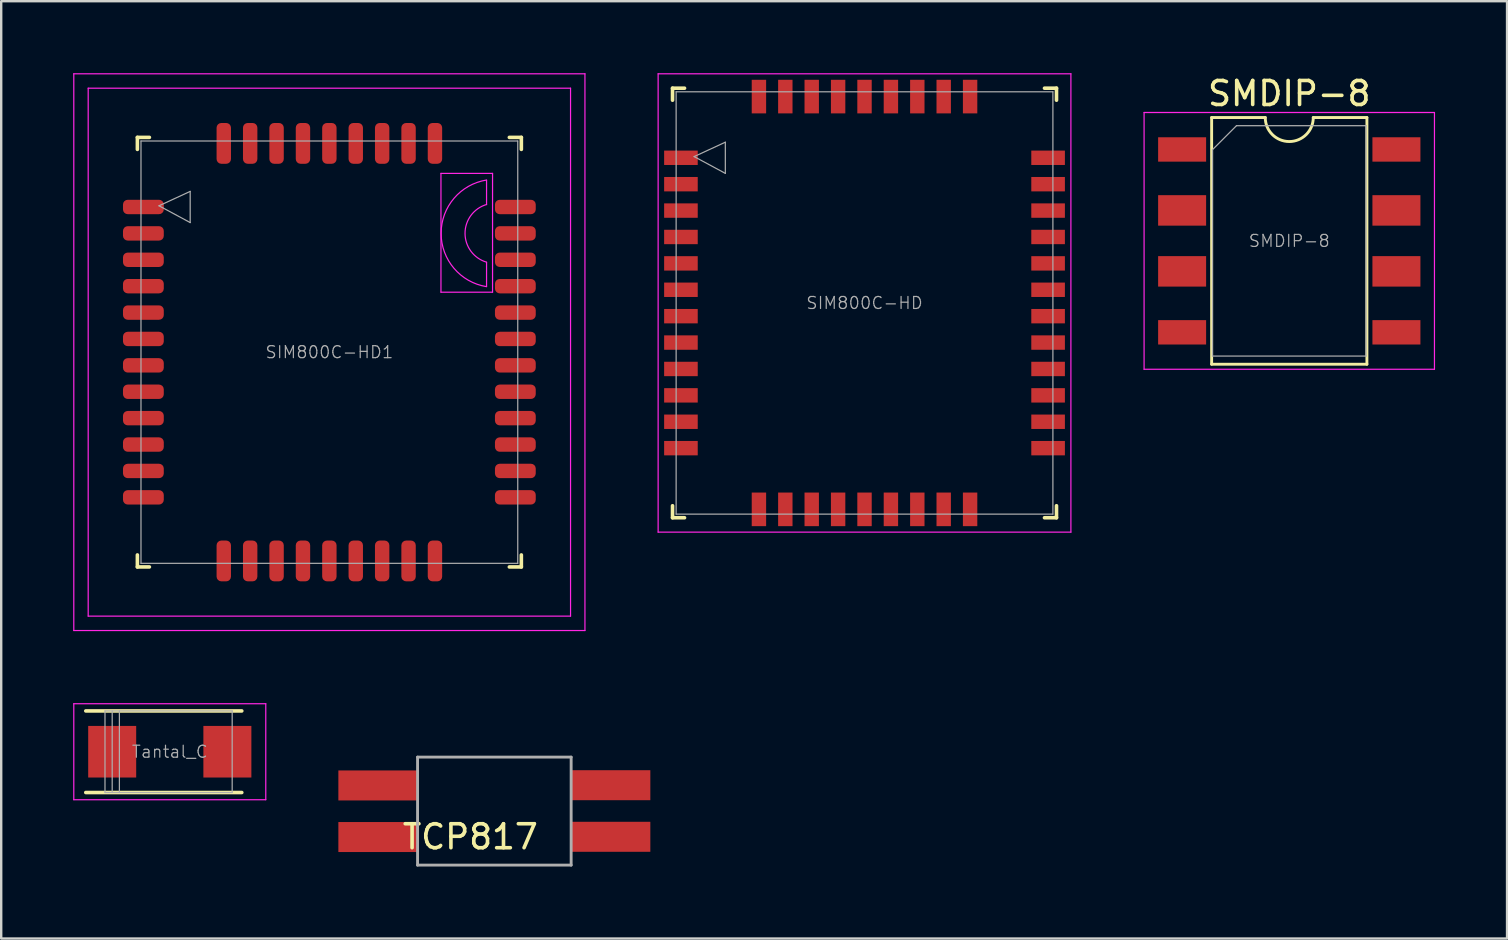
<source format=kicad_pcb>
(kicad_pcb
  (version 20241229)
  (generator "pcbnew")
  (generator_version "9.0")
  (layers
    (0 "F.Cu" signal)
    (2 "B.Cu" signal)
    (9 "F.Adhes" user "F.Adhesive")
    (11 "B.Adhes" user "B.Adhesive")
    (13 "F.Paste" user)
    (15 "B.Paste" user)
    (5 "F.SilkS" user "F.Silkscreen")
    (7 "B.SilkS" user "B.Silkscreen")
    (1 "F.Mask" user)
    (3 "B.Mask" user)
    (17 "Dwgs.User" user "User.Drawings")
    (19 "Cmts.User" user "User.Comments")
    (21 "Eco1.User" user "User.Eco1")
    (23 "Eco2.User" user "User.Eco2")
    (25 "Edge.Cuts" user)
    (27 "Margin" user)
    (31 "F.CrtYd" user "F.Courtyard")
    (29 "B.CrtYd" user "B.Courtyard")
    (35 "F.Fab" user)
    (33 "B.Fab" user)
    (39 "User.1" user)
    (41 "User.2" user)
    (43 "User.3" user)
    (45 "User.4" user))
  (footprint "Tantal_C"
    (layer "F.Cu")
    (at 4.025 28.275)
    (property "Reference" "Tantal_C" (at 0 0 0) (layer "F.Fab") (effects (font (size 0.5 0.5) (thickness 0.05))))
    (attr smd)
    (fp_line (start 3 -1.7) (end -3.5 -1.7) (stroke (width 0.15) (type solid)) (layer "F.SilkS"))
    (fp_line (start 3 1.7) (end -3.5 1.7) (stroke (width 0.15) (type solid)) (layer "F.SilkS"))
    (fp_line (start -4 -2) (end -4 2) (stroke (width 0.05) (type solid)) (layer "F.CrtYd"))
    (fp_line (start -4 2) (end 4 2) (stroke (width 0.05) (type solid)) (layer "F.CrtYd"))
    (fp_line (start 4 -2) (end -4 -2) (stroke (width 0.05) (type solid)) (layer "F.CrtYd"))
    (fp_line (start 4 2) (end 4 -2) (stroke (width 0.05) (type solid)) (layer "F.CrtYd"))
    (fp_line (start -2.7 -1.7) (end -2.7 1.7) (stroke (width 0.05) (type solid)) (layer "F.Fab"))
    (fp_line (start -2.7 1.7) (end 2.6 1.7) (stroke (width 0.05) (type solid)) (layer "F.Fab"))
    (fp_line (start -2.4 -1.7) (end -2.4 1.7) (stroke (width 0.05) (type solid)) (layer "F.Fab"))
    (fp_line (start -2.1 1.7) (end -2.1 -1.7) (stroke (width 0.05) (type solid)) (layer "F.Fab"))
    (fp_line (start 2.6 -1.7) (end -2.7 -1.7) (stroke (width 0.05) (type solid)) (layer "F.Fab"))
    (fp_line (start 2.6 1.7) (end 2.6 -1.7) (stroke (width 0.05) (type solid)) (layer "F.Fab"))
    (pad "1" smd rect (at -2.4 0) (size 2 2.15) (layers "F.Cu" "F.Mask" "F.Paste"))
    (pad "2" smd rect (at 2.4 0) (size 2 2.15) (layers "F.Cu" "F.Mask" "F.Paste")))
  (footprint "SIM800C-HD1"
    (layer "F.Cu")
    (at 10.675 11.625)
    (property "Reference" "SIM800C-HD1" (at 0 0 0) (layer "F.Fab") (effects (font (size 0.5 0.5) (thickness 0.05))))
    (attr smd)
    (fp_line (start -8 -8.95) (end -8 -8.45) (stroke (width 0.15) (type solid)) (layer "F.SilkS"))
    (fp_line (start -8 -8.95) (end -7.5 -8.95) (stroke (width 0.15) (type solid)) (layer "F.SilkS"))
    (fp_line (start -8 8.95) (end -8 8.45) (stroke (width 0.15) (type solid)) (layer "F.SilkS"))
    (fp_line (start -8 8.95) (end -7.5 8.95) (stroke (width 0.15) (type solid)) (layer "F.SilkS"))
    (fp_line (start 8 -8.95) (end 7.5 -8.95) (stroke (width 0.15) (type solid)) (layer "F.SilkS"))
    (fp_line (start 8 -8.95) (end 8 -8.45) (stroke (width 0.15) (type solid)) (layer "F.SilkS"))
    (fp_line (start 8 8.95) (end 7.5 8.95) (stroke (width 0.15) (type solid)) (layer "F.SilkS"))
    (fp_line (start 8 8.95) (end 8 8.45) (stroke (width 0.15) (type solid)) (layer "F.SilkS"))
    (fp_line (start -10.65 -11.6) (end -10.65 11.6) (stroke (width 0.05) (type solid)) (layer "F.CrtYd"))
    (fp_line (start -10.65 -11.6) (end 10.65 -11.6) (stroke (width 0.05) (type solid)) (layer "F.CrtYd"))
    (fp_line (start -10.65 11.6) (end 10.65 11.6) (stroke (width 0.05) (type solid)) (layer "F.CrtYd"))
    (fp_line (start -10.05 -11) (end -10.05 11) (stroke (width 0.05) (type solid)) (layer "F.CrtYd"))
    (fp_line (start -10.05 -11) (end 10.05 -11) (stroke (width 0.05) (type solid)) (layer "F.CrtYd"))
    (fp_line (start -10.05 11) (end 10.05 11) (stroke (width 0.05) (type solid)) (layer "F.CrtYd"))
    (fp_line (start 4.65 -2.5) (end 4.65 -7.45) (stroke (width 0.05) (type solid)) (layer "F.CrtYd"))
    (fp_line (start 6.55 -6.15) (end 6.55 -7.16) (stroke (width 0.05) (type solid)) (layer "F.CrtYd"))
    (fp_line (start 6.55 -2.735) (end 6.55 -3.745) (stroke (width 0.05) (type solid)) (layer "F.CrtYd"))
    (fp_line (start 6.8 -7.45) (end 4.65 -7.45) (stroke (width 0.05) (type solid)) (layer "F.CrtYd"))
    (fp_line (start 6.8 -2.5) (end 4.65 -2.5) (stroke (width 0.05) (type solid)) (layer "F.CrtYd"))
    (fp_line (start 6.8 -2.5) (end 6.8 -7.45) (stroke (width 0.05) (type solid)) (layer "F.CrtYd"))
    (fp_line (start 10.05 -11) (end 10.05 11) (stroke (width 0.05) (type solid)) (layer "F.CrtYd"))
    (fp_line (start 10.65 -11.6) (end 10.65 11.6) (stroke (width 0.05) (type solid)) (layer "F.CrtYd"))
    (fp_arc (start 6.55 -3.75) (mid 5.653285 -4.951685) (end 6.549755 -6.153553) (stroke (width 0.05) (type solid)) (layer "F.CrtYd"))
    (fp_arc (start 6.55 -2.73) (mid 4.65669 -4.952923) (end 6.552192 -7.173977) (stroke (width 0.05) (type solid)) (layer "F.CrtYd"))
    (fp_line (start -7.85 -8.8) (end 7.85 -8.8) (stroke (width 0.05) (type solid)) (layer "F.Fab"))
    (fp_line (start -7.85 8.8) (end -7.85 -8.8) (stroke (width 0.05) (type solid)) (layer "F.Fab"))
    (fp_line (start -7.85 8.8) (end 7.85 8.8) (stroke (width 0.05) (type solid)) (layer "F.Fab"))
    (fp_line (start -7.1 -6.1) (end -5.8 -6.7) (stroke (width 0.05) (type solid)) (layer "F.Fab"))
    (fp_line (start -5.8 -6.7) (end -5.8 -5.4) (stroke (width 0.05) (type solid)) (layer "F.Fab"))
    (fp_line (start -5.8 -5.4) (end -7.1 -6.1) (stroke (width 0.05) (type solid)) (layer "F.Fab"))
    (fp_line (start 7.85 -8.8) (end 7.85 8.8) (stroke (width 0.05) (type solid)) (layer "F.Fab"))
    (pad "1" smd roundrect (at -7.75 -6.05) (size 1.7 0.6) (layers "F.Cu" "F.Mask" "F.Paste") (roundrect_rratio 0.33))
    (pad "2" smd roundrect (at -7.75 -4.95) (size 1.7 0.6) (layers "F.Cu" "F.Mask" "F.Paste") (roundrect_rratio 0.33))
    (pad "3" smd roundrect (at -7.75 -3.85) (size 1.7 0.6) (layers "F.Cu" "F.Mask" "F.Paste") (roundrect_rratio 0.33))
    (pad "4" smd roundrect (at -7.75 -2.75) (size 1.7 0.6) (layers "F.Cu" "F.Mask" "F.Paste") (roundrect_rratio 0.33))
    (pad "5" smd roundrect (at -7.75 -1.65) (size 1.7 0.6) (layers "F.Cu" "F.Mask" "F.Paste") (roundrect_rratio 0.33))
    (pad "6" smd roundrect (at -7.75 -0.55) (size 1.7 0.6) (layers "F.Cu" "F.Mask" "F.Paste") (roundrect_rratio 0.33))
    (pad "7" smd roundrect (at -7.75 0.55) (size 1.7 0.6) (layers "F.Cu" "F.Mask" "F.Paste") (roundrect_rratio 0.33))
    (pad "8" smd roundrect (at -7.75 1.65) (size 1.7 0.6) (layers "F.Cu" "F.Mask" "F.Paste") (roundrect_rratio 0.33))
    (pad "9" smd roundrect (at -7.75 2.75) (size 1.7 0.6) (layers "F.Cu" "F.Mask" "F.Paste") (roundrect_rratio 0.33))
    (pad "10" smd roundrect (at -7.75 3.85) (size 1.7 0.6) (layers "F.Cu" "F.Mask" "F.Paste") (roundrect_rratio 0.33))
    (pad "11" smd roundrect (at -7.75 4.95) (size 1.7 0.6) (layers "F.Cu" "F.Mask" "F.Paste") (roundrect_rratio 0.33))
    (pad "12" smd roundrect (at -7.75 6.05) (size 1.7 0.6) (layers "F.Cu" "F.Mask" "F.Paste") (roundrect_rratio 0.33))
    (pad "13" smd roundrect (at -4.4 8.7 90) (size 1.7 0.6) (layers "F.Cu" "F.Mask" "F.Paste") (roundrect_rratio 0.33))
    (pad "14" smd roundrect (at -3.3 8.7 90) (size 1.7 0.6) (layers "F.Cu" "F.Mask" "F.Paste") (roundrect_rratio 0.33))
    (pad "15" smd roundrect (at -2.2 8.7 90) (size 1.7 0.6) (layers "F.Cu" "F.Mask" "F.Paste") (roundrect_rratio 0.33))
    (pad "16" smd roundrect (at -1.1 8.7 90) (size 1.7 0.6) (layers "F.Cu" "F.Mask" "F.Paste") (roundrect_rratio 0.33))
    (pad "17" smd roundrect (at 0 8.7 90) (size 1.7 0.6) (layers "F.Cu" "F.Mask" "F.Paste") (roundrect_rratio 0.33))
    (pad "18" smd roundrect (at 1.1 8.7 90) (size 1.7 0.6) (layers "F.Cu" "F.Mask" "F.Paste") (roundrect_rratio 0.33))
    (pad "19" smd roundrect (at 2.2 8.7 90) (size 1.7 0.6) (layers "F.Cu" "F.Mask" "F.Paste") (roundrect_rratio 0.33))
    (pad "20" smd roundrect (at 3.3 8.7 90) (size 1.7 0.6) (layers "F.Cu" "F.Mask" "F.Paste") (roundrect_rratio 0.33))
    (pad "21" smd roundrect (at 4.4 8.7 90) (size 1.7 0.6) (layers "F.Cu" "F.Mask" "F.Paste") (roundrect_rratio 0.33))
    (pad "22" smd roundrect (at 7.75 6.05) (size 1.7 0.6) (layers "F.Cu" "F.Mask" "F.Paste") (roundrect_rratio 0.33))
    (pad "23" smd roundrect (at 7.75 4.95) (size 1.7 0.6) (layers "F.Cu" "F.Mask" "F.Paste") (roundrect_rratio 0.33))
    (pad "24" smd roundrect (at 7.75 3.85) (size 1.7 0.6) (layers "F.Cu" "F.Mask" "F.Paste") (roundrect_rratio 0.33))
    (pad "25" smd roundrect (at 7.75 2.75) (size 1.7 0.6) (layers "F.Cu" "F.Mask" "F.Paste") (roundrect_rratio 0.33))
    (pad "26" smd roundrect (at 7.75 1.65) (size 1.7 0.6) (layers "F.Cu" "F.Mask" "F.Paste") (roundrect_rratio 0.33))
    (pad "27" smd roundrect (at 7.75 0.55) (size 1.7 0.6) (layers "F.Cu" "F.Mask" "F.Paste") (roundrect_rratio 0.33))
    (pad "28" smd roundrect (at 7.75 -0.55) (size 1.7 0.6) (layers "F.Cu" "F.Mask" "F.Paste") (roundrect_rratio 0.33))
    (pad "29" smd roundrect (at 7.75 -1.65) (size 1.7 0.6) (layers "F.Cu" "F.Mask" "F.Paste") (roundrect_rratio 0.33))
    (pad "30" smd roundrect (at 7.75 -2.75) (size 1.7 0.6) (layers "F.Cu" "F.Mask" "F.Paste") (roundrect_rratio 0.33))
    (pad "31" smd roundrect (at 7.75 -3.85) (size 1.7 0.6) (layers "F.Cu" "F.Mask" "F.Paste") (roundrect_rratio 0.33))
    (pad "32" smd roundrect (at 7.75 -4.95) (size 1.7 0.6) (layers "F.Cu" "F.Mask" "F.Paste") (roundrect_rratio 0.33))
    (pad "33" smd roundrect (at 7.75 -6.05) (size 1.7 0.6) (layers "F.Cu" "F.Mask" "F.Paste") (roundrect_rratio 0.33))
    (pad "34" smd roundrect (at 4.4 -8.7 90) (size 1.7 0.6) (layers "F.Cu" "F.Mask" "F.Paste") (roundrect_rratio 0.33))
    (pad "35" smd roundrect (at 3.3 -8.7 90) (size 1.7 0.6) (layers "F.Cu" "F.Mask" "F.Paste") (roundrect_rratio 0.33))
    (pad "36" smd roundrect (at 2.2 -8.7 90) (size 1.7 0.6) (layers "F.Cu" "F.Mask" "F.Paste") (roundrect_rratio 0.33))
    (pad "37" smd roundrect (at 1.1 -8.7 90) (size 1.7 0.6) (layers "F.Cu" "F.Mask" "F.Paste") (roundrect_rratio 0.33))
    (pad "38" smd roundrect (at 0 -8.7 90) (size 1.7 0.6) (layers "F.Cu" "F.Mask" "F.Paste") (roundrect_rratio 0.33))
    (pad "39" smd roundrect (at -1.1 -8.7 90) (size 1.7 0.6) (layers "F.Cu" "F.Mask" "F.Paste") (roundrect_rratio 0.33))
    (pad "40" smd roundrect (at -2.2 -8.7 90) (size 1.7 0.6) (layers "F.Cu" "F.Mask" "F.Paste") (roundrect_rratio 0.33))
    (pad "41" smd roundrect (at -3.3 -8.7 90) (size 1.7 0.6) (layers "F.Cu" "F.Mask" "F.Paste") (roundrect_rratio 0.33))
    (pad "42" smd roundrect (at -4.4 -8.7 90) (size 1.7 0.6) (layers "F.Cu" "F.Mask" "F.Paste") (roundrect_rratio 0.33)))
  (footprint "SMDIP-8"
    (layer "F.Cu")
    (at 50.675 6.988)
    (property "Reference" "SMDIP-8" (at 0 -6.14 0) (layer "F.SilkS") (effects (font (size 1 1) (thickness 0.15))))
    (attr smd)
    (fp_line (start -3.235 -5.14) (end -3.235 5.14) (stroke (width 0.12) (type solid)) (layer "F.SilkS"))
    (fp_line (start -3.235 5.14) (end 3.235 5.14) (stroke (width 0.12) (type solid)) (layer "F.SilkS"))
    (fp_line (start -1 -5.14) (end -3.235 -5.14) (stroke (width 0.12) (type solid)) (layer "F.SilkS"))
    (fp_line (start 3.235 -5.14) (end 1 -5.14) (stroke (width 0.12) (type solid)) (layer "F.SilkS"))
    (fp_line (start 3.235 5.14) (end 3.235 -5.14) (stroke (width 0.12) (type solid)) (layer "F.SilkS"))
    (fp_arc (start 1 -5.14) (mid 0 -4.14) (end -1 -5.14) (stroke (width 0.12) (type solid)) (layer "F.SilkS"))
    (fp_line (start -6.05 -5.35) (end -6.05 5.35) (stroke (width 0.05) (type solid)) (layer "F.CrtYd"))
    (fp_line (start -6.05 5.35) (end 6.05 5.35) (stroke (width 0.05) (type solid)) (layer "F.CrtYd"))
    (fp_line (start 6.05 -5.35) (end -6.05 -5.35) (stroke (width 0.05) (type solid)) (layer "F.CrtYd"))
    (fp_line (start 6.05 5.35) (end 6.05 -5.35) (stroke (width 0.05) (type solid)) (layer "F.CrtYd"))
    (fp_line (start -3.2 -3.8) (end -2.2 -4.8) (stroke (width 0.05) (type solid)) (layer "F.Fab"))
    (fp_line (start -3.2 4.8) (end -3.2 -3.8) (stroke (width 0.05) (type solid)) (layer "F.Fab"))
    (fp_line (start -2.2 -4.8) (end 3.2 -4.8) (stroke (width 0.05) (type solid)) (layer "F.Fab"))
    (fp_line (start 3.2 -4.8) (end 3.2 4.8) (stroke (width 0.05) (type solid)) (layer "F.Fab"))
    (fp_line (start 3.2 4.8) (end -3.2 4.8) (stroke (width 0.05) (type solid)) (layer "F.Fab"))
    (fp_text user "${REFERENCE}" (at 0 0 0) (layer "F.Fab") (effects (font (size 0.5 0.5) (thickness 0.05))))
    (pad "1" smd rect (at -4.465 -3.81) (size 2 1.016) (layers "F.Cu" "F.Mask" "F.Paste"))
    (pad "2" smd rect (at -4.465 -1.27) (size 2 1.27) (layers "F.Cu" "F.Mask" "F.Paste"))
    (pad "3" smd rect (at -4.465 1.27) (size 2 1.27) (layers "F.Cu" "F.Mask" "F.Paste"))
    (pad "4" smd rect (at -4.465 3.81) (size 2 1.016) (layers "F.Cu" "F.Mask" "F.Paste"))
    (pad "5" smd rect (at 4.465 3.81) (size 2 1.016) (layers "F.Cu" "F.Mask" "F.Paste"))
    (pad "6" smd rect (at 4.465 1.27) (size 2 1.27) (layers "F.Cu" "F.Mask" "F.Paste"))
    (pad "7" smd rect (at 4.465 -1.27) (size 2 1.27) (layers "F.Cu" "F.Mask" "F.Paste"))
    (pad "8" smd rect (at 4.465 -3.81) (size 2 1.016) (layers "F.Cu" "F.Mask" "F.Paste")))
  (footprint "TCP817"
    (layer "F.Cu")
    (at 16.55 26.5)
    (property "Reference" "TCP817" (at 0 5.32 0) (layer "F.SilkS") (effects (font (size 1 1) (thickness 0.15))))
    (attr smd)
    (fp_line (start -2.2 2) (end 4.2 2) (stroke (width 0.12) (type solid)) (layer "F.Fab"))
    (fp_line (start -2.2 6.5) (end -2.2 2) (stroke (width 0.12) (type solid)) (layer "F.Fab"))
    (fp_line (start 4.2 2) (end 4.2 6.5) (stroke (width 0.12) (type solid)) (layer "F.Fab"))
    (fp_line (start 4.2 6.5) (end -2.2 6.5) (stroke (width 0.12) (type solid)) (layer "F.Fab"))
    (pad "1" smd rect (at -3.86 3.18 270) (size 1.25 3.28) (layers "F.Cu" "F.Mask" "F.Paste"))
    (pad "2" smd rect (at -3.86 5.33 270) (size 1.25 3.28) (layers "F.Cu" "F.Mask" "F.Paste"))
    (pad "3" smd rect (at 5.86 5.32 270) (size 1.25 3.28) (layers "F.Cu" "F.Mask" "F.Paste"))
    (pad "4" smd rect (at 5.86 3.17 270) (size 1.25 3.28) (layers "F.Cu" "F.Mask" "F.Paste")))
  (footprint "SIM800C-HD"
    (layer "F.Cu")
    (at 32.975 9.575)
    (property "Reference" "SIM800C-HD" (at 0 0 0) (layer "F.Fab") (effects (font (size 0.5 0.5) (thickness 0.05))))
    (attr smd)
    (fp_line (start -8 -8.95) (end -8 -8.45) (stroke (width 0.15) (type solid)) (layer "F.SilkS"))
    (fp_line (start -8 -8.95) (end -7.5 -8.95) (stroke (width 0.15) (type solid)) (layer "F.SilkS"))
    (fp_line (start -8 8.95) (end -8 8.45) (stroke (width 0.15) (type solid)) (layer "F.SilkS"))
    (fp_line (start -8 8.95) (end -7.5 8.95) (stroke (width 0.15) (type solid)) (layer "F.SilkS"))
    (fp_line (start 8 -8.95) (end 7.5 -8.95) (stroke (width 0.15) (type solid)) (layer "F.SilkS"))
    (fp_line (start 8 -8.95) (end 8 -8.45) (stroke (width 0.15) (type solid)) (layer "F.SilkS"))
    (fp_line (start 8 8.95) (end 7.5 8.95) (stroke (width 0.15) (type solid)) (layer "F.SilkS"))
    (fp_line (start 8 8.95) (end 8 8.45) (stroke (width 0.15) (type solid)) (layer "F.SilkS"))
    (fp_line (start -8.6 -9.55) (end -8.6 9.55) (stroke (width 0.05) (type solid)) (layer "F.CrtYd"))
    (fp_line (start -8.6 -9.55) (end 8.6 -9.55) (stroke (width 0.05) (type solid)) (layer "F.CrtYd"))
    (fp_line (start -8.6 9.55) (end 8.6 9.55) (stroke (width 0.05) (type solid)) (layer "F.CrtYd"))
    (fp_line (start 8.6 -9.55) (end 8.6 9.55) (stroke (width 0.05) (type solid)) (layer "F.CrtYd"))
    (fp_line (start -7.85 -8.8) (end 7.85 -8.8) (stroke (width 0.05) (type solid)) (layer "F.Fab"))
    (fp_line (start -7.85 8.8) (end -7.85 -8.8) (stroke (width 0.05) (type solid)) (layer "F.Fab"))
    (fp_line (start -7.85 8.8) (end 7.85 8.8) (stroke (width 0.05) (type solid)) (layer "F.Fab"))
    (fp_line (start -7.1 -6.1) (end -5.8 -6.7) (stroke (width 0.05) (type solid)) (layer "F.Fab"))
    (fp_line (start -5.8 -6.7) (end -5.8 -5.4) (stroke (width 0.05) (type solid)) (layer "F.Fab"))
    (fp_line (start -5.8 -5.4) (end -7.1 -6.1) (stroke (width 0.05) (type solid)) (layer "F.Fab"))
    (fp_line (start 7.85 -8.8) (end 7.85 8.8) (stroke (width 0.05) (type solid)) (layer "F.Fab"))
    (pad "1" smd rect (at -7.65 -6.05) (size 1.4 0.6) (layers "F.Cu" "F.Mask" "F.Paste"))
    (pad "2" smd rect (at -7.65 -4.95) (size 1.4 0.6) (layers "F.Cu" "F.Mask" "F.Paste"))
    (pad "3" smd rect (at -7.65 -3.85) (size 1.4 0.6) (layers "F.Cu" "F.Mask" "F.Paste"))
    (pad "4" smd rect (at -7.65 -2.75) (size 1.4 0.6) (layers "F.Cu" "F.Mask" "F.Paste"))
    (pad "5" smd rect (at -7.65 -1.65) (size 1.4 0.6) (layers "F.Cu" "F.Mask" "F.Paste"))
    (pad "6" smd rect (at -7.65 -0.55) (size 1.4 0.6) (layers "F.Cu" "F.Mask" "F.Paste"))
    (pad "7" smd rect (at -7.65 0.55) (size 1.4 0.6) (layers "F.Cu" "F.Mask" "F.Paste"))
    (pad "8" smd rect (at -7.65 1.65) (size 1.4 0.6) (layers "F.Cu" "F.Mask" "F.Paste"))
    (pad "9" smd rect (at -7.65 2.75) (size 1.4 0.6) (layers "F.Cu" "F.Mask" "F.Paste"))
    (pad "10" smd rect (at -7.65 3.85) (size 1.4 0.6) (layers "F.Cu" "F.Mask" "F.Paste"))
    (pad "11" smd rect (at -7.65 4.95) (size 1.4 0.6) (layers "F.Cu" "F.Mask" "F.Paste"))
    (pad "12" smd rect (at -7.65 6.05) (size 1.4 0.6) (layers "F.Cu" "F.Mask" "F.Paste"))
    (pad "13" smd rect (at -4.4 8.6 90) (size 1.4 0.6) (layers "F.Cu" "F.Mask" "F.Paste"))
    (pad "14" smd rect (at -3.3 8.6 90) (size 1.4 0.6) (layers "F.Cu" "F.Mask" "F.Paste"))
    (pad "15" smd rect (at -2.2 8.6 90) (size 1.4 0.6) (layers "F.Cu" "F.Mask" "F.Paste"))
    (pad "16" smd rect (at -1.1 8.6 90) (size 1.4 0.6) (layers "F.Cu" "F.Mask" "F.Paste"))
    (pad "17" smd rect (at 0 8.6 90) (size 1.4 0.6) (layers "F.Cu" "F.Mask" "F.Paste"))
    (pad "18" smd rect (at 1.1 8.6 90) (size 1.4 0.6) (layers "F.Cu" "F.Mask" "F.Paste"))
    (pad "19" smd rect (at 2.2 8.6 90) (size 1.4 0.6) (layers "F.Cu" "F.Mask" "F.Paste"))
    (pad "20" smd rect (at 3.3 8.6 90) (size 1.4 0.6) (layers "F.Cu" "F.Mask" "F.Paste"))
    (pad "21" smd rect (at 4.4 8.6 90) (size 1.4 0.6) (layers "F.Cu" "F.Mask" "F.Paste"))
    (pad "22" smd rect (at 7.65 6.05) (size 1.4 0.6) (layers "F.Cu" "F.Mask" "F.Paste"))
    (pad "23" smd rect (at 7.65 4.95) (size 1.4 0.6) (layers "F.Cu" "F.Mask" "F.Paste"))
    (pad "24" smd rect (at 7.65 3.85) (size 1.4 0.6) (layers "F.Cu" "F.Mask" "F.Paste"))
    (pad "25" smd rect (at 7.65 2.75) (size 1.4 0.6) (layers "F.Cu" "F.Mask" "F.Paste"))
    (pad "26" smd rect (at 7.65 1.65) (size 1.4 0.6) (layers "F.Cu" "F.Mask" "F.Paste"))
    (pad "27" smd rect (at 7.65 0.55) (size 1.4 0.6) (layers "F.Cu" "F.Mask" "F.Paste"))
    (pad "28" smd rect (at 7.65 -0.55) (size 1.4 0.6) (layers "F.Cu" "F.Mask" "F.Paste"))
    (pad "29" smd rect (at 7.65 -1.65) (size 1.4 0.6) (layers "F.Cu" "F.Mask" "F.Paste"))
    (pad "30" smd rect (at 7.65 -2.75) (size 1.4 0.6) (layers "F.Cu" "F.Mask" "F.Paste"))
    (pad "31" smd rect (at 7.65 -3.85) (size 1.4 0.6) (layers "F.Cu" "F.Mask" "F.Paste"))
    (pad "32" smd rect (at 7.65 -4.95) (size 1.4 0.6) (layers "F.Cu" "F.Mask" "F.Paste"))
    (pad "33" smd rect (at 7.65 -6.05) (size 1.4 0.6) (layers "F.Cu" "F.Mask" "F.Paste"))
    (pad "34" smd rect (at 4.4 -8.6 90) (size 1.4 0.6) (layers "F.Cu" "F.Mask" "F.Paste"))
    (pad "35" smd rect (at 3.3 -8.6 90) (size 1.4 0.6) (layers "F.Cu" "F.Mask" "F.Paste"))
    (pad "36" smd rect (at 2.2 -8.6 90) (size 1.4 0.6) (layers "F.Cu" "F.Mask" "F.Paste"))
    (pad "37" smd rect (at 1.1 -8.6 90) (size 1.4 0.6) (layers "F.Cu" "F.Mask" "F.Paste"))
    (pad "38" smd rect (at 0 -8.6 90) (size 1.4 0.6) (layers "F.Cu" "F.Mask" "F.Paste"))
    (pad "39" smd rect (at -1.1 -8.6 90) (size 1.4 0.6) (layers "F.Cu" "F.Mask" "F.Paste"))
    (pad "40" smd rect (at -2.2 -8.6 90) (size 1.4 0.6) (layers "F.Cu" "F.Mask" "F.Paste"))
    (pad "41" smd rect (at -3.3 -8.6 90) (size 1.4 0.6) (layers "F.Cu" "F.Mask" "F.Paste"))
    (pad "42" smd rect (at -4.4 -8.6 90) (size 1.4 0.6) (layers "F.Cu" "F.Mask" "F.Paste")))
  (gr_rect
    (start -3 -3)
    (end 59.75 36.06)
    (stroke (width 0.1) (type default))
    (fill no)
    (layer "Edge.Cuts")))
</source>
